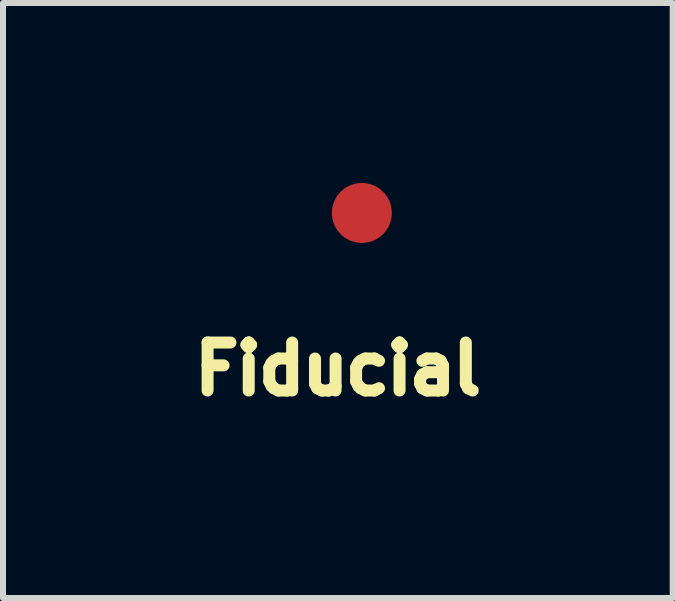
<source format=kicad_pcb>
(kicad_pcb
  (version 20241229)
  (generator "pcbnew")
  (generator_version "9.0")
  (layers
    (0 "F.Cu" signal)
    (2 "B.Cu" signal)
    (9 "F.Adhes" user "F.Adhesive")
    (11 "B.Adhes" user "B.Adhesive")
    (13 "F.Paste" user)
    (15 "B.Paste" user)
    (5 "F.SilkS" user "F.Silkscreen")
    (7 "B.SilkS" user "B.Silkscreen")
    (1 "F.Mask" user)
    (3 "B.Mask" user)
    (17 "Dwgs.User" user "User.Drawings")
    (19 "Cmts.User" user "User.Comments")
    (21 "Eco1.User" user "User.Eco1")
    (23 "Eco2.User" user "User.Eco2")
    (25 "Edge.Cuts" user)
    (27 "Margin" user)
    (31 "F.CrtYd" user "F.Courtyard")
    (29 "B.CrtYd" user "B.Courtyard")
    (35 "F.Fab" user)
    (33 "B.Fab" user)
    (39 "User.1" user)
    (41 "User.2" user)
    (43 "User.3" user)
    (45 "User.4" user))
  (footprint "Fiducial"
    (layer "F.Cu")
    (at 2.982 0.5)
    (property "Reference" "Fiducial" (at -0.4 2.6 0) (layer "F.SilkS") (effects (font (size 0.8 0.8) (thickness 0.2))))
    (attr smd)
    (pad "1" smd circle (at 0 0) (size 1 1) (layers "F.Cu" "F.Mask")))
  (gr_rect
    (start -3 -3)
    (end 8.164 6.919)
    (stroke (width 0.1) (type default))
    (fill no)
    (layer "Edge.Cuts")))
</source>
